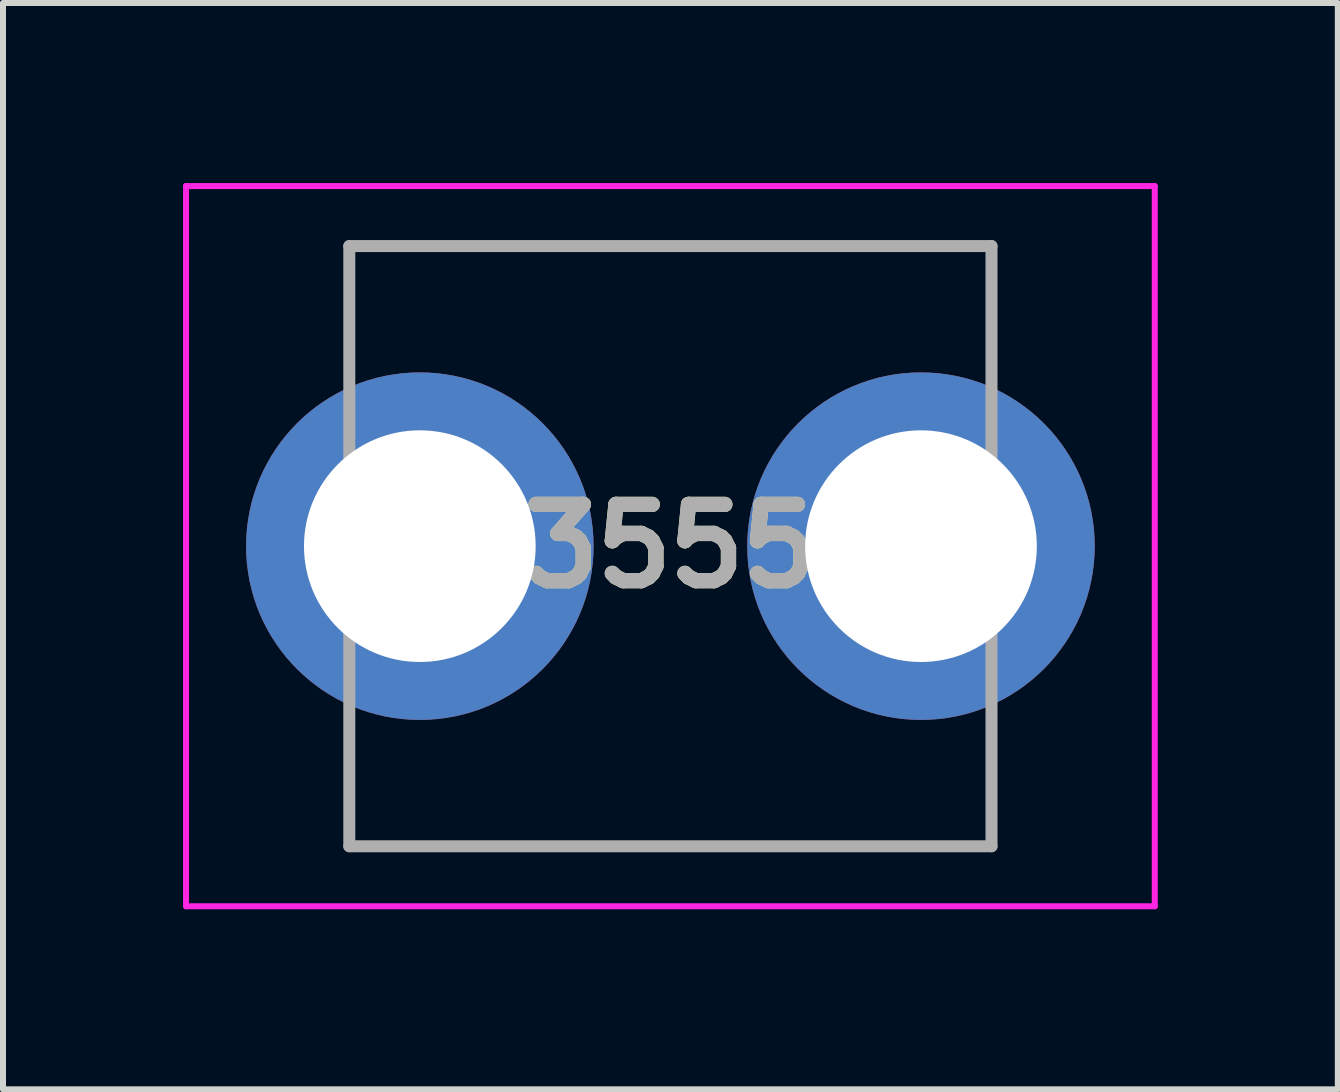
<source format=kicad_pcb>
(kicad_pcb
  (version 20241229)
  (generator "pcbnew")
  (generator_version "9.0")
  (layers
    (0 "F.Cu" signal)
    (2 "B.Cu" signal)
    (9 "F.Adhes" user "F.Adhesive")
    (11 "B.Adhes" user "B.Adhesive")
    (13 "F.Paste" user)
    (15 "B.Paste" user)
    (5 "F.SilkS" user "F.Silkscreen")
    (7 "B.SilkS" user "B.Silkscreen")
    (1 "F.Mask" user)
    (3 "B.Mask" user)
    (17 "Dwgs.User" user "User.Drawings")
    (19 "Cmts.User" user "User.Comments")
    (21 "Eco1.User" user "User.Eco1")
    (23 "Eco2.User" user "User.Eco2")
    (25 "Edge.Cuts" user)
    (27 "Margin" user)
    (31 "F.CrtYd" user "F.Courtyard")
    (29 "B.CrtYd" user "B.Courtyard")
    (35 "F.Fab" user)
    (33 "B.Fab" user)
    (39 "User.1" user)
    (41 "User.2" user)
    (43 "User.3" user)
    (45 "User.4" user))
  (footprint "3555"
    (layer "F.Cu")
    (at 3.72 6.25)
    (property "Reference" "3555" (at 4.4 -0.2 0) (layer "F.SilkS") (effects (font (size 1.27 1.27) (thickness 0.254))))
    (attr through_hole)
    (fp_line (start -0.95 -5.2) (end 9.75 -5.2) (stroke (width 0.1) (type solid)) (layer "F.SilkS"))
    (fp_line (start -0.95 -3) (end -0.95 -5.2) (stroke (width 0.1) (type solid)) (layer "F.SilkS"))
    (fp_line (start -0.95 3) (end -0.95 4.8) (stroke (width 0.1) (type solid)) (layer "F.SilkS"))
    (fp_line (start -0.95 4.8) (end 9.75 4.8) (stroke (width 0.1) (type solid)) (layer "F.SilkS"))
    (fp_line (start 9.75 -5.2) (end 9.75 -3.2) (stroke (width 0.1) (type solid)) (layer "F.SilkS"))
    (fp_line (start 9.75 -3.2) (end 9.75 -3.2) (stroke (width 0.1) (type solid)) (layer "F.SilkS"))
    (fp_line (start 9.75 3) (end 9.75 3) (stroke (width 0.1) (type solid)) (layer "F.SilkS"))
    (fp_line (start 9.75 4.8) (end 9.75 3) (stroke (width 0.1) (type solid)) (layer "F.SilkS"))
    (fp_line (start -3.67 -6.2) (end 12.47 -6.2) (stroke (width 0.1) (type solid)) (layer "F.CrtYd"))
    (fp_line (start -3.67 5.8) (end -3.67 -6.2) (stroke (width 0.1) (type solid)) (layer "F.CrtYd"))
    (fp_line (start 12.47 -6.2) (end 12.47 5.8) (stroke (width 0.1) (type solid)) (layer "F.CrtYd"))
    (fp_line (start 12.47 5.8) (end -3.67 5.8) (stroke (width 0.1) (type solid)) (layer "F.CrtYd"))
    (fp_line (start -0.95 -5.2) (end 9.75 -5.2) (stroke (width 0.2) (type solid)) (layer "F.Fab"))
    (fp_line (start -0.95 4.8) (end -0.95 -5.2) (stroke (width 0.2) (type solid)) (layer "F.Fab"))
    (fp_line (start 9.75 -5.2) (end 9.75 4.8) (stroke (width 0.2) (type solid)) (layer "F.Fab"))
    (fp_line (start 9.75 4.8) (end -0.95 4.8) (stroke (width 0.2) (type solid)) (layer "F.Fab"))
    (fp_text user "${REFERENCE}" (at 4.4 -0.2 0) (layer "F.Fab") (effects (font (size 1.27 1.27) (thickness 0.254))))
    (pad "1" thru_hole circle (at 0.225 -0.2) (size 5.79 5.79) (drill 3.86) (layers "*.Cu" "*.Mask"))
    (pad "2" thru_hole circle (at 8.575 -0.2) (size 5.79 5.79) (drill 3.86) (layers "*.Cu" "*.Mask")))
  (gr_rect
    (start -3 -3)
    (end 19.24 15.1)
    (stroke (width 0.1) (type default))
    (fill no)
    (layer "Edge.Cuts")))
</source>
